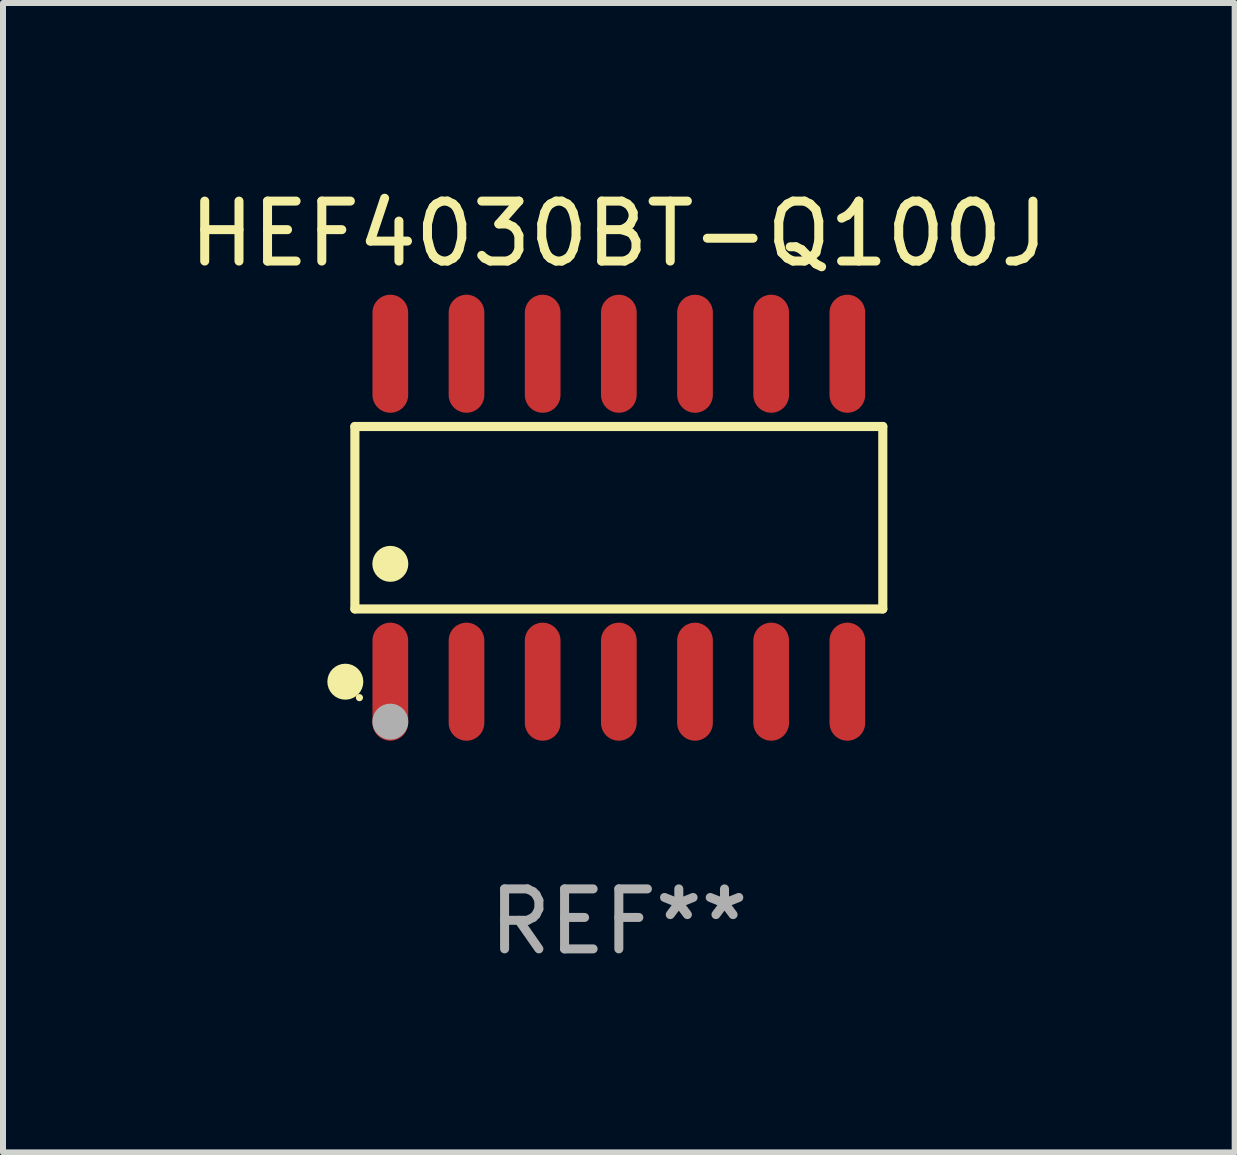
<source format=kicad_pcb>
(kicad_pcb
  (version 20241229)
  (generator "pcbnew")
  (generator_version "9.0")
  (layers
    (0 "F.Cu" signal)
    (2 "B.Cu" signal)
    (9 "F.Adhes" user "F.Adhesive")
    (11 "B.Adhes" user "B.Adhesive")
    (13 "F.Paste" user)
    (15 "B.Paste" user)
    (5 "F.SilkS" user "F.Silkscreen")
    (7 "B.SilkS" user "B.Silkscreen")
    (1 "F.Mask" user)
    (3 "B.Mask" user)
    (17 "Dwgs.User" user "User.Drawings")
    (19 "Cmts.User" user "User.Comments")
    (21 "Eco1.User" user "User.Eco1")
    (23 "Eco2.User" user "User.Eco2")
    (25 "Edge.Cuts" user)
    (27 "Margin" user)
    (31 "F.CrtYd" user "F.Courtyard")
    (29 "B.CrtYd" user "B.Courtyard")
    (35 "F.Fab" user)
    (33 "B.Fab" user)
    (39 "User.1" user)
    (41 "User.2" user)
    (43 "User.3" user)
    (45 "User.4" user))
  (footprint "HEF4030BT-Q100J"
    (layer "F.Cu")
    (at 7.268 5.582)
    (property "Reference" "HEF4030BT-Q100J" (at 0 -4.734 0) (layer "F.SilkS") (effects (font (size 1 1) (thickness 0.15))))
    (attr through_hole)
    (fp_line (start -4.401 -1.521) (end 4.401 -1.521) (stroke (width 0.152) (type solid)) (layer "F.SilkS"))
    (fp_line (start -4.401 1.521) (end -4.401 -1.521) (stroke (width 0.152) (type solid)) (layer "F.SilkS"))
    (fp_line (start 4.401 -1.521) (end 4.401 1.521) (stroke (width 0.152) (type solid)) (layer "F.SilkS"))
    (fp_line (start 4.401 1.521) (end -4.401 1.521) (stroke (width 0.152) (type solid)) (layer "F.SilkS"))
    (fp_circle (center -4.56 2.734) (end -4.41 2.734) (stroke (width 0.3) (type solid)) (fill no) (layer "F.SilkS"))
    (fp_circle (center -4.325 3) (end -4.295 3) (stroke (width 0.06) (type solid)) (fill no) (layer "F.SilkS"))
    (fp_circle (center -3.81 0.769) (end -3.66 0.769) (stroke (width 0.3) (type solid)) (fill no) (layer "F.SilkS"))
    (fp_circle (center -3.81 3.4) (end -3.66 3.4) (stroke (width 0.3) (type solid)) (fill no) (layer "F.Fab"))
    (fp_text user "REF**" (at 0 6.734 0) (layer "F.Fab") (effects (font (size 1 1) (thickness 0.15))))
    (pad "1" smd oval (at -3.81 2.734) (size 0.595 1.968) (layers "F.Cu" "F.Mask" "F.Paste"))
    (pad "2" smd oval (at -2.54 2.734) (size 0.595 1.968) (layers "F.Cu" "F.Mask" "F.Paste"))
    (pad "3" smd oval (at -1.27 2.734) (size 0.595 1.968) (layers "F.Cu" "F.Mask" "F.Paste"))
    (pad "4" smd oval (at 0 2.734) (size 0.595 1.968) (layers "F.Cu" "F.Mask" "F.Paste"))
    (pad "5" smd oval (at 1.27 2.734) (size 0.595 1.968) (layers "F.Cu" "F.Mask" "F.Paste"))
    (pad "6" smd oval (at 2.54 2.734) (size 0.595 1.968) (layers "F.Cu" "F.Mask" "F.Paste"))
    (pad "7" smd oval (at 3.81 2.734) (size 0.595 1.968) (layers "F.Cu" "F.Mask" "F.Paste"))
    (pad "8" smd oval (at 3.81 -2.734) (size 0.595 1.968) (layers "F.Cu" "F.Mask" "F.Paste"))
    (pad "9" smd oval (at 2.54 -2.734) (size 0.595 1.968) (layers "F.Cu" "F.Mask" "F.Paste"))
    (pad "10" smd oval (at 1.27 -2.734) (size 0.595 1.968) (layers "F.Cu" "F.Mask" "F.Paste"))
    (pad "11" smd oval (at 0 -2.734) (size 0.595 1.968) (layers "F.Cu" "F.Mask" "F.Paste"))
    (pad "12" smd oval (at -1.27 -2.734) (size 0.595 1.968) (layers "F.Cu" "F.Mask" "F.Paste"))
    (pad "13" smd oval (at -2.54 -2.734) (size 0.595 1.968) (layers "F.Cu" "F.Mask" "F.Paste"))
    (pad "14" smd oval (at -3.81 -2.734) (size 0.595 1.968) (layers "F.Cu" "F.Mask" "F.Paste")))
  (gr_rect
    (start -3 -3)
    (end 17.536 16.164)
    (stroke (width 0.1) (type default))
    (fill no)
    (layer "Edge.Cuts")))
</source>
